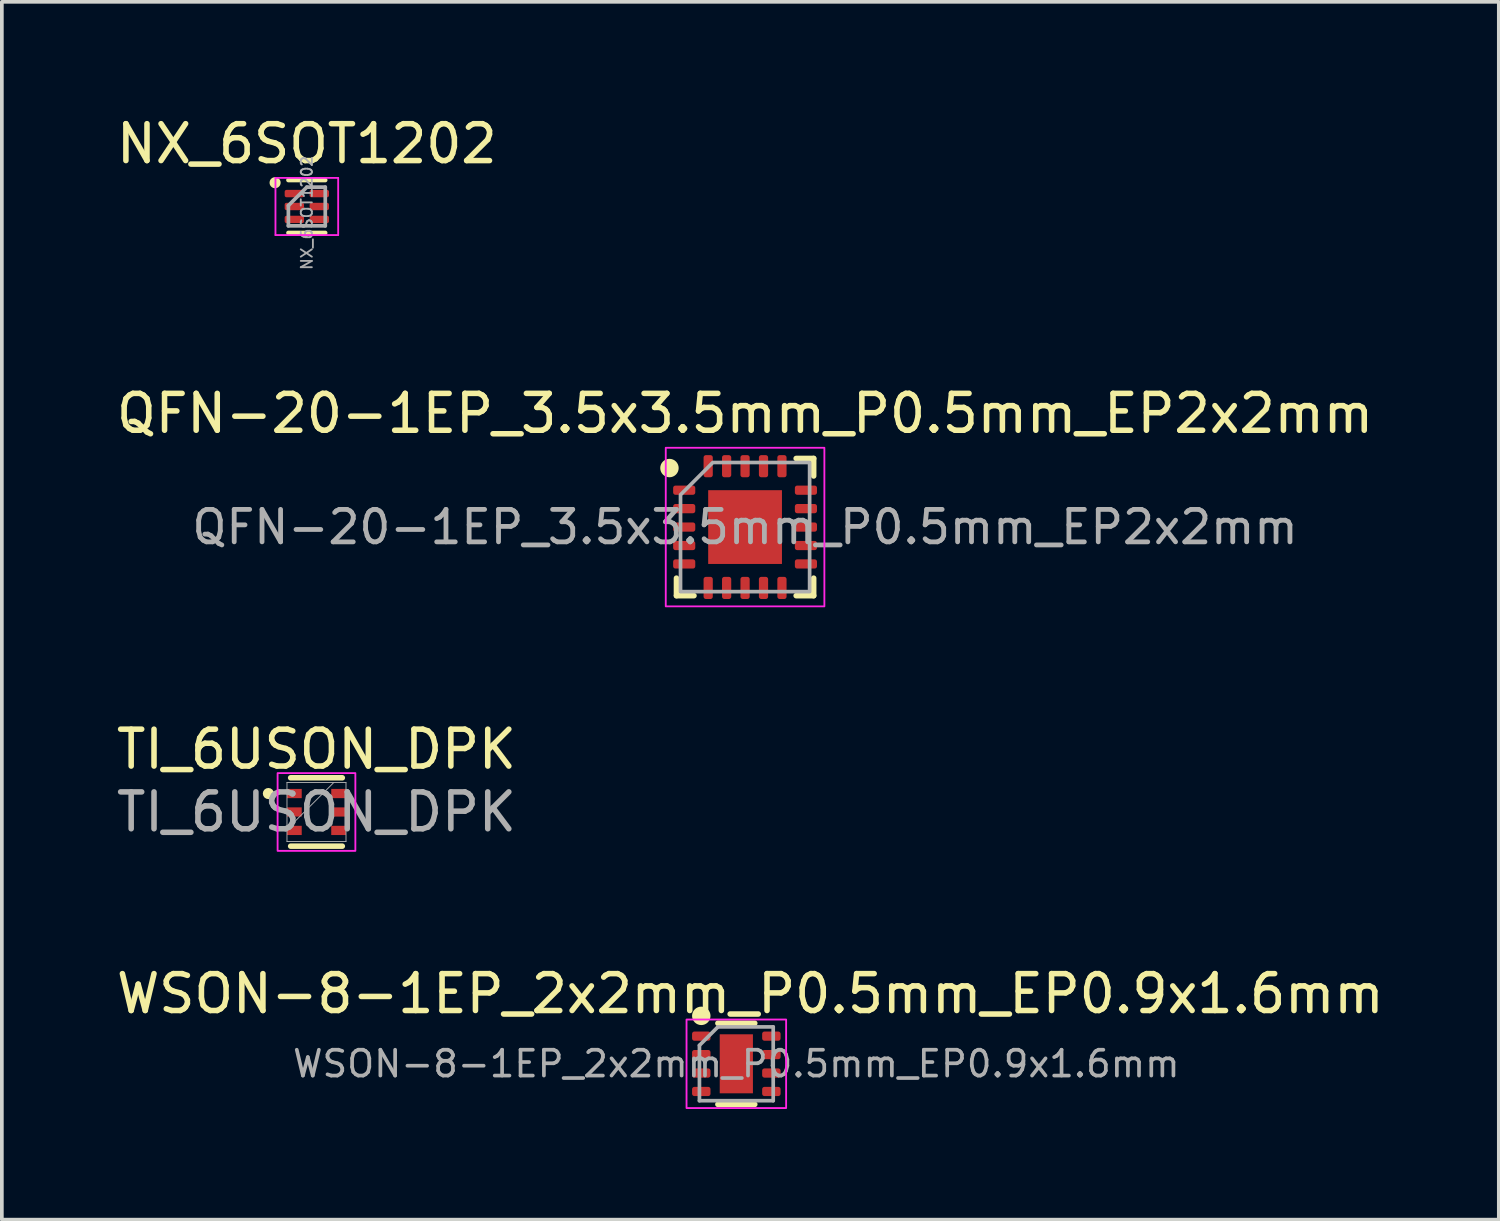
<source format=kicad_pcb>
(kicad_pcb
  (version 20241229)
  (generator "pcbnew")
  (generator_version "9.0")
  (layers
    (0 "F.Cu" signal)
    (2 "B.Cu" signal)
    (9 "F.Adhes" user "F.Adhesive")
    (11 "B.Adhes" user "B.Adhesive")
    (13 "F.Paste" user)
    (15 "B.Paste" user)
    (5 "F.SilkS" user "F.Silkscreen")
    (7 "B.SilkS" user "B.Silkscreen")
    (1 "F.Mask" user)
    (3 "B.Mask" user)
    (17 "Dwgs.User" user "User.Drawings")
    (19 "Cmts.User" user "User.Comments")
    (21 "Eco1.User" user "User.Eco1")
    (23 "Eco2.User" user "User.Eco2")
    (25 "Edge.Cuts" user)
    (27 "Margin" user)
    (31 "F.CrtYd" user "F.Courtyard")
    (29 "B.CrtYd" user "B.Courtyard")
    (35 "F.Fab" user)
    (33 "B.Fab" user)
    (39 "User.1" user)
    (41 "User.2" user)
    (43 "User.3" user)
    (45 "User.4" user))
  (footprint "NX_6SOT1202"
    (layer "F.Cu")
    (at 5.268 2.548)
    (property "Reference" "NX_6SOT1202" (at 0 -1.7 0) (unlocked yes) (layer "F.SilkS") (effects (font (size 1 1) (thickness 0.15))))
    (attr smd)
    (fp_line (start 0.5 -0.715) (end -0.5 -0.715) (stroke (width 0.12) (type solid)) (layer "F.SilkS"))
    (fp_line (start 0.5 0.715) (end -0.5 0.715) (stroke (width 0.12) (type solid)) (layer "F.SilkS"))
    (fp_circle (center -0.86 -0.645) (end -0.71 -0.645) (stroke (width 0) (type solid)) (fill yes) (layer "F.SilkS"))
    (fp_line (start -0.85 -0.775) (end 0.85 -0.775) (stroke (width 0.05) (type solid)) (layer "F.CrtYd"))
    (fp_line (start -0.85 0.775) (end -0.85 -0.775) (stroke (width 0.05) (type solid)) (layer "F.CrtYd"))
    (fp_line (start 0.85 -0.775) (end 0.85 0.775) (stroke (width 0.05) (type solid)) (layer "F.CrtYd"))
    (fp_line (start 0.85 0.775) (end -0.85 0.775) (stroke (width 0.05) (type solid)) (layer "F.CrtYd"))
    (fp_line (start -0.5 0.525) (end -0.5 -0.025) (stroke (width 0.1) (type solid)) (layer "F.Fab"))
    (fp_line (start 0 -0.525) (end -0.5 -0.025) (stroke (width 0.1) (type solid)) (layer "F.Fab"))
    (fp_line (start 0 -0.525) (end 0.5 -0.525) (stroke (width 0.1) (type solid)) (layer "F.Fab"))
    (fp_line (start 0.5 -0.525) (end 0.5 0.525) (stroke (width 0.1) (type solid)) (layer "F.Fab"))
    (fp_line (start 0.5 0.525) (end -0.5 0.525) (stroke (width 0.1) (type solid)) (layer "F.Fab"))
    (fp_text user "${REFERENCE}" (at 0 0.175 90) (layer "F.Fab") (effects (font (size 0.3 0.3) (thickness 0.05))))
    (pad "1" smd roundrect (at -0.338 -0.35 270) (size 0.2 0.525) (layers "F.Cu" "F.Mask" "F.Paste") (roundrect_rratio 0.25))
    (pad "2" smd roundrect (at -0.338 0 270) (size 0.2 0.525) (layers "F.Cu" "F.Mask" "F.Paste") (roundrect_rratio 0.25))
    (pad "3" smd roundrect (at -0.338 0.35 270) (size 0.2 0.525) (layers "F.Cu" "F.Mask" "F.Paste") (roundrect_rratio 0.25))
    (pad "4" smd roundrect (at 0.338 0.35 270) (size 0.2 0.525) (layers "F.Cu" "F.Mask" "F.Paste") (roundrect_rratio 0.25))
    (pad "5" smd roundrect (at 0.338 0 270) (size 0.2 0.525) (layers "F.Cu" "F.Mask" "F.Paste") (roundrect_rratio 0.25))
    (pad "6" smd roundrect (at 0.338 -0.35 270) (size 0.2 0.525) (layers "F.Cu" "F.Mask" "F.Paste") (roundrect_rratio 0.25)))
  (footprint "WSON-8-1EP_2x2mm_P0.5mm_EP0.9x1.6mm"
    (layer "F.Cu")
    (at 16.912 25.79)
    (property "Reference" "WSON-8-1EP_2x2mm_P0.5mm_EP0.9x1.6mm" (at 0.38 -1.9 0) (layer "F.SilkS") (effects (font (size 1 1) (thickness 0.15))))
    (attr smd)
    (fp_line (start -0.5 -1.1) (end 0.5 -1.1) (stroke (width 0.15) (type solid)) (layer "F.SilkS"))
    (fp_line (start -0.5 1.1) (end 0.5 1.1) (stroke (width 0.15) (type solid)) (layer "F.SilkS"))
    (fp_circle (center -0.95 -1.3) (end -0.75 -1.3) (stroke (width 0.1) (type solid)) (fill yes) (layer "F.SilkS"))
    (fp_rect (start -1.35 -1.2) (end 1.35 1.2) (stroke (width 0.05) (type default)) (fill no) (layer "F.CrtYd"))
    (fp_line (start -1 1) (end -1 -0.5) (stroke (width 0.1) (type solid)) (layer "F.Fab"))
    (fp_line (start -0.5 -1) (end -1 -0.5) (stroke (width 0.1) (type solid)) (layer "F.Fab"))
    (fp_line (start -0.5 -1) (end 1 -1) (stroke (width 0.1) (type solid)) (layer "F.Fab"))
    (fp_line (start 1 -1) (end 1 1) (stroke (width 0.1) (type solid)) (layer "F.Fab"))
    (fp_line (start 1 1) (end -1 1) (stroke (width 0.1) (type solid)) (layer "F.Fab"))
    (fp_text user "${REFERENCE}" (at 0 0 0) (layer "F.Fab") (effects (font (size 0.7 0.7) (thickness 0.1))))
    (pad "" smd rect (at 0 -0.4) (size 0.75 0.65) (layers "F.Paste"))
    (pad "" smd rect (at 0 0.4) (size 0.75 0.65) (layers "F.Paste"))
    (pad "1" smd roundrect (at -0.95 -0.75) (size 0.5 0.25) (layers "F.Cu" "F.Mask" "F.Paste") (roundrect_rratio 0.25))
    (pad "2" smd roundrect (at -0.95 -0.25) (size 0.5 0.25) (layers "F.Cu" "F.Mask" "F.Paste") (roundrect_rratio 0.25))
    (pad "3" smd roundrect (at -0.95 0.25) (size 0.5 0.25) (layers "F.Cu" "F.Mask" "F.Paste") (roundrect_rratio 0.25))
    (pad "4" smd roundrect (at -0.95 0.75) (size 0.5 0.25) (layers "F.Cu" "F.Mask" "F.Paste") (roundrect_rratio 0.25))
    (pad "5" smd roundrect (at 0.95 0.75) (size 0.5 0.25) (layers "F.Cu" "F.Mask" "F.Paste") (roundrect_rratio 0.25))
    (pad "6" smd roundrect (at 0.95 0.25) (size 0.5 0.25) (layers "F.Cu" "F.Mask" "F.Paste") (roundrect_rratio 0.25))
    (pad "7" smd roundrect (at 0.95 -0.25) (size 0.5 0.25) (layers "F.Cu" "F.Mask" "F.Paste") (roundrect_rratio 0.25))
    (pad "8" smd roundrect (at 0.95 -0.75) (size 0.5 0.25) (layers "F.Cu" "F.Mask" "F.Paste") (roundrect_rratio 0.25))
    (pad "9" smd rect (at 0 0) (size 0.9 1.6) (layers "F.Cu" "F.Mask")))
  (footprint "TI_6USON_DPK"
    (layer "F.Cu")
    (at 5.53 18.963)
    (property "Reference" "TI_6USON_DPK" (at 0 -1.7 0) (unlocked yes) (layer "F.SilkS") (effects (font (size 1 1) (thickness 0.15))))
    (attr smd)
    (fp_line (start -0.7 0.927) (end 0.7 0.927) (stroke (width 0.15) (type solid)) (layer "F.SilkS"))
    (fp_line (start 0.7 -0.927) (end -0.7 -0.927) (stroke (width 0.15) (type solid)) (layer "F.SilkS"))
    (fp_circle (center -1.304 -0.5) (end -1.228 -0.5) (stroke (width 0.15) (type solid)) (fill no) (layer "F.SilkS"))
    (fp_rect (start -1.054 -1.054) (end 1.054 1.054) (stroke (width 0.05) (type default)) (fill no) (layer "F.CrtYd"))
    (fp_line (start -0.8 -0.8) (end -0.8 0.8) (stroke (width 0.025) (type solid)) (layer "F.Fab"))
    (fp_line (start -0.8 0.47) (end 0.47 -0.8) (stroke (width 0.025) (type solid)) (layer "F.Fab"))
    (fp_line (start -0.8 0.8) (end 0.8 0.8) (stroke (width 0.025) (type solid)) (layer "F.Fab"))
    (fp_line (start 0.8 -0.8) (end -0.8 -0.8) (stroke (width 0.025) (type solid)) (layer "F.Fab"))
    (fp_line (start 0.8 0.8) (end 0.8 -0.8) (stroke (width 0.025) (type solid)) (layer "F.Fab"))
    (fp_circle (center -0.654 -0.5) (end -0.578 -0.5) (stroke (width 0.025) (type solid)) (fill no) (layer "F.Fab"))
    (fp_text user "${REFERENCE}" (at 0 0 0) (unlocked yes) (layer "F.Fab") (effects (font (size 1 1) (thickness 0.15))))
    (pad "1" smd rect (at -0.6 -0.5) (size 0.4 0.25) (layers "F.Cu" "F.Mask" "F.Paste"))
    (pad "2" smd rect (at -0.6 0) (size 0.4 0.25) (layers "F.Cu" "F.Mask" "F.Paste"))
    (pad "3" smd rect (at -0.6 0.5) (size 0.4 0.25) (layers "F.Cu" "F.Mask" "F.Paste"))
    (pad "4" smd rect (at 0.6 0.5) (size 0.4 0.25) (layers "F.Cu" "F.Mask" "F.Paste"))
    (pad "5" smd rect (at 0.6 0) (size 0.4 0.25) (layers "F.Cu" "F.Mask" "F.Paste"))
    (pad "6" smd rect (at 0.6 -0.5) (size 0.4 0.25) (layers "F.Cu" "F.Mask" "F.Paste")))
  (footprint "QFN-20-1EP_3.5x3.5mm_P0.5mm_EP2x2mm"
    (layer "F.Cu")
    (at 17.149 11.239)
    (property "Reference" "QFN-20-1EP_3.5x3.5mm_P0.5mm_EP2x2mm" (at 0 -3.08 0) (layer "F.SilkS") (effects (font (size 1 1) (thickness 0.15))))
    (attr smd)
    (fp_line (start -1.86 1.86) (end -1.86 1.385) (stroke (width 0.15) (type solid)) (layer "F.SilkS"))
    (fp_line (start -1.385 1.86) (end -1.86 1.86) (stroke (width 0.15) (type solid)) (layer "F.SilkS"))
    (fp_line (start 1.385 -1.86) (end 1.86 -1.86) (stroke (width 0.15) (type solid)) (layer "F.SilkS"))
    (fp_line (start 1.385 1.86) (end 1.86 1.86) (stroke (width 0.15) (type solid)) (layer "F.SilkS"))
    (fp_line (start 1.86 -1.86) (end 1.86 -1.385) (stroke (width 0.15) (type solid)) (layer "F.SilkS"))
    (fp_line (start 1.86 1.86) (end 1.86 1.385) (stroke (width 0.15) (type solid)) (layer "F.SilkS"))
    (fp_circle (center -2.05 -1.6) (end -1.85 -1.6) (stroke (width 0.1) (type solid)) (fill yes) (layer "F.SilkS"))
    (fp_rect (start -2.15 -2.15) (end 2.15 2.15) (stroke (width 0.05) (type solid)) (fill no) (layer "F.CrtYd"))
    (fp_poly (pts (xy -1.75 -0.875) (xy -1.75 1.75) (xy 1.75 1.75) (xy 1.75 -1.75) (xy -0.875 -1.75)) (stroke (width 0.1) (type solid)) (fill no) (layer "F.Fab"))
    (fp_text user "${REFERENCE}" (at 0 0 0) (layer "F.Fab") (effects (font (size 0.88 0.88) (thickness 0.13))))
    (pad "" smd roundrect (at -0.5 -0.5) (size 0.81 0.81) (layers "F.Paste") (roundrect_rratio 0.25))
    (pad "" smd roundrect (at -0.5 0.5) (size 0.81 0.81) (layers "F.Paste") (roundrect_rratio 0.25))
    (pad "" smd roundrect (at 0.5 -0.5) (size 0.81 0.81) (layers "F.Paste") (roundrect_rratio 0.25))
    (pad "" smd roundrect (at 0.5 0.5) (size 0.81 0.81) (layers "F.Paste") (roundrect_rratio 0.25))
    (pad "1" smd roundrect (at -1.65 -1) (size 0.6 0.25) (layers "F.Cu" "F.Mask" "F.Paste") (roundrect_rratio 0.25))
    (pad "2" smd roundrect (at -1.65 -0.5) (size 0.6 0.25) (layers "F.Cu" "F.Mask" "F.Paste") (roundrect_rratio 0.25))
    (pad "3" smd roundrect (at -1.65 0) (size 0.6 0.25) (layers "F.Cu" "F.Mask" "F.Paste") (roundrect_rratio 0.25))
    (pad "4" smd roundrect (at -1.65 0.5) (size 0.6 0.25) (layers "F.Cu" "F.Mask" "F.Paste") (roundrect_rratio 0.25))
    (pad "5" smd roundrect (at -1.65 1) (size 0.6 0.25) (layers "F.Cu" "F.Mask" "F.Paste") (roundrect_rratio 0.25))
    (pad "6" smd roundrect (at -1 1.65) (size 0.25 0.6) (layers "F.Cu" "F.Mask" "F.Paste") (roundrect_rratio 0.25))
    (pad "7" smd roundrect (at -0.5 1.65) (size 0.25 0.6) (layers "F.Cu" "F.Mask" "F.Paste") (roundrect_rratio 0.25))
    (pad "8" smd roundrect (at 0 1.65) (size 0.25 0.6) (layers "F.Cu" "F.Mask" "F.Paste") (roundrect_rratio 0.25))
    (pad "9" smd roundrect (at 0.5 1.65) (size 0.25 0.6) (layers "F.Cu" "F.Mask" "F.Paste") (roundrect_rratio 0.25))
    (pad "10" smd roundrect (at 1 1.65) (size 0.25 0.6) (layers "F.Cu" "F.Mask" "F.Paste") (roundrect_rratio 0.25))
    (pad "11" smd roundrect (at 1.65 1) (size 0.6 0.25) (layers "F.Cu" "F.Mask" "F.Paste") (roundrect_rratio 0.25))
    (pad "12" smd roundrect (at 1.65 0.5) (size 0.6 0.25) (layers "F.Cu" "F.Mask" "F.Paste") (roundrect_rratio 0.25))
    (pad "13" smd roundrect (at 1.65 0) (size 0.6 0.25) (layers "F.Cu" "F.Mask" "F.Paste") (roundrect_rratio 0.25))
    (pad "14" smd roundrect (at 1.65 -0.5) (size 0.6 0.25) (layers "F.Cu" "F.Mask" "F.Paste") (roundrect_rratio 0.25))
    (pad "15" smd roundrect (at 1.65 -1) (size 0.6 0.25) (layers "F.Cu" "F.Mask" "F.Paste") (roundrect_rratio 0.25))
    (pad "16" smd roundrect (at 1 -1.65) (size 0.25 0.6) (layers "F.Cu" "F.Mask" "F.Paste") (roundrect_rratio 0.25))
    (pad "17" smd roundrect (at 0.5 -1.65) (size 0.25 0.6) (layers "F.Cu" "F.Mask" "F.Paste") (roundrect_rratio 0.25))
    (pad "18" smd roundrect (at 0 -1.65) (size 0.25 0.6) (layers "F.Cu" "F.Mask" "F.Paste") (roundrect_rratio 0.25))
    (pad "19" smd roundrect (at -0.5 -1.65) (size 0.25 0.6) (layers "F.Cu" "F.Mask" "F.Paste") (roundrect_rratio 0.25))
    (pad "20" smd roundrect (at -1 -1.65) (size 0.25 0.6) (layers "F.Cu" "F.Mask" "F.Paste") (roundrect_rratio 0.25))
    (pad "21" smd rect (at 0 0) (size 2 2) (property pad_prop_heatsink) (layers "F.Cu" "F.Mask")))
  (gr_rect
    (start -3 -3)
    (end 37.583 30.015)
    (stroke (width 0.1) (type default))
    (fill no)
    (layer "Edge.Cuts")))
</source>
